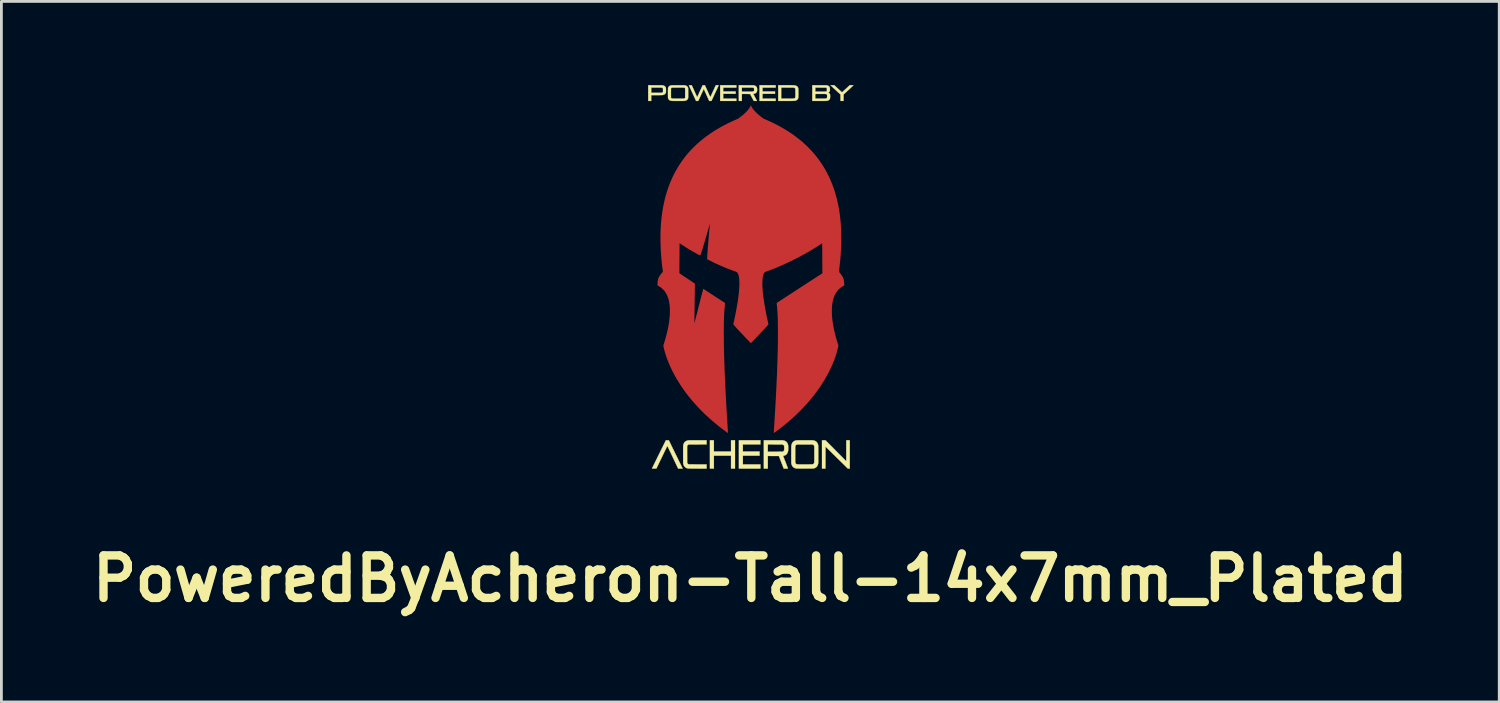
<source format=kicad_pcb>
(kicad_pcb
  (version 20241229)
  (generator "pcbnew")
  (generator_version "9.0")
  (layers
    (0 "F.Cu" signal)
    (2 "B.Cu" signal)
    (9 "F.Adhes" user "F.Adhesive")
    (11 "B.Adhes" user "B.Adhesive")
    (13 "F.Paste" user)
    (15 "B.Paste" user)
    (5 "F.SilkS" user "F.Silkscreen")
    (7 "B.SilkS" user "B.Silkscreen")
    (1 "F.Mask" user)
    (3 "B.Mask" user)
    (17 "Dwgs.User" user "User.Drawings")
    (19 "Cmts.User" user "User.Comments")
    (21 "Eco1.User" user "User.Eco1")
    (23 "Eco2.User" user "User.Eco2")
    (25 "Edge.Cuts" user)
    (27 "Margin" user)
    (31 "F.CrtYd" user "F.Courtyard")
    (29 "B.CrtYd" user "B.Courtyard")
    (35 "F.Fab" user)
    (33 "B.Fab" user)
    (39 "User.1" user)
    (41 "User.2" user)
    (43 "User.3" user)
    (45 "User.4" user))
  (footprint "PoweredByAcheron-Tall-14x7mm_Plated"
    (layer "F.Cu")
    (at 23.867 6.875)
    (property "Reference" "PoweredByAcheron-Tall-14x7mm_Plated" (at -0.02 10.82 0) (layer "F.SilkS") (effects (font (size 1.524 1.524) (thickness 0.3))))
    (attr through_hole)
    (fp_poly (pts (xy -1.326 6.26) (xy -0.711 6.26) (xy -0.711 5.857) (xy -0.569 5.857) (xy -0.569 6.873) (xy -0.711 6.873) (xy -0.711 6.41) (xy -1.326 6.41) (xy -1.326 6.873) (xy -1.468 6.873) (xy -1.468 5.857) (xy -1.326 5.857) (xy -1.326 6.26)) (stroke (width 0.01) (type solid)) (fill yes) (layer "F.SilkS"))
    (fp_poly (pts (xy -0.521 -6.786) (xy -0.993 -6.786) (xy -0.993 -6.647) (xy -0.546 -6.647) (xy -0.546 -6.563) (xy -0.993 -6.563) (xy -0.993 -6.39) (xy -0.521 -6.39) (xy -0.521 -6.306) (xy -1.1 -6.306) (xy -1.1 -6.87) (xy -0.521 -6.87) (xy -0.521 -6.786)) (stroke (width 0.01) (type solid)) (fill yes) (layer "F.SilkS"))
    (fp_poly (pts (xy 0.343 6.006) (xy -0.287 6.006) (xy -0.287 6.26) (xy 0.312 6.26) (xy 0.312 6.41) (xy -0.287 6.41) (xy -0.287 6.723) (xy 0.343 6.723) (xy 0.343 6.873) (xy -0.429 6.873) (xy -0.429 5.857) (xy 0.343 5.857) (xy 0.343 6.006)) (stroke (width 0.01) (type solid)) (fill yes) (layer "F.SilkS"))
    (fp_poly (pts (xy 0.889 -6.786) (xy 0.417 -6.786) (xy 0.417 -6.647) (xy 0.866 -6.647) (xy 0.866 -6.563) (xy 0.417 -6.563) (xy 0.417 -6.39) (xy 0.889 -6.39) (xy 0.889 -6.306) (xy 0.31 -6.306) (xy 0.31 -6.87) (xy 0.889 -6.87) (xy 0.889 -6.786)) (stroke (width 0.01) (type solid)) (fill yes) (layer "F.SilkS"))
    (fp_poly (pts (xy 3.047 6.233) (xy 3.42 6.609) (xy 3.42 6.233) (xy 3.421 5.857) (xy 3.545 5.857) (xy 3.545 6.873) (xy 3.511 6.872) (xy 3.476 6.872) (xy 3.076 6.478) (xy 2.676 6.084) (xy 2.674 6.873) (xy 2.55 6.873) (xy 2.55 5.857) (xy 2.674 5.857) (xy 3.047 6.233)) (stroke (width 0.01) (type solid)) (fill yes) (layer "F.SilkS"))
    (fp_poly (pts (xy 3.679 -6.869) (xy 3.501 -6.702) (xy 3.322 -6.536) (xy 3.322 -6.306) (xy 3.215 -6.306) (xy 3.214 -6.536) (xy 3.037 -6.7) (xy 3.012 -6.723) (xy 2.987 -6.746) (xy 2.964 -6.767) (xy 2.942 -6.787) (xy 2.923 -6.806) (xy 2.905 -6.822) (xy 2.89 -6.836) (xy 2.877 -6.848) (xy 2.867 -6.857) (xy 2.86 -6.863) (xy 2.857 -6.867) (xy 2.857 -6.867) (xy 2.857 -6.868) (xy 2.859 -6.869) (xy 2.864 -6.869) (xy 2.873 -6.87) (xy 2.885 -6.87) (xy 2.901 -6.87) (xy 2.922 -6.87) (xy 2.922 -6.87) (xy 2.991 -6.87) (xy 3.129 -6.742) (xy 3.155 -6.718) (xy 3.177 -6.697) (xy 3.197 -6.679) (xy 3.213 -6.664) (xy 3.227 -6.651) (xy 3.238 -6.641) (xy 3.247 -6.633) (xy 3.254 -6.627) (xy 3.26 -6.623) (xy 3.264 -6.62) (xy 3.267 -6.618) (xy 3.269 -6.617) (xy 3.27 -6.617) (xy 3.271 -6.617) (xy 3.272 -6.618) (xy 3.275 -6.62) (xy 3.281 -6.626) (xy 3.29 -6.634) (xy 3.302 -6.645) (xy 3.317 -6.659) (xy 3.333 -6.674) (xy 3.352 -6.691) (xy 3.372 -6.71) (xy 3.393 -6.73) (xy 3.411 -6.746) (xy 3.545 -6.87) (xy 3.679 -6.869)) (stroke (width 0.01) (type solid)) (fill yes) (layer "F.SilkS"))
    (fp_poly (pts (xy -2.994 5.857) (xy -2.942 5.857) (xy -2.709 6.335) (xy -2.686 6.382) (xy -2.663 6.427) (xy -2.642 6.472) (xy -2.62 6.515) (xy -2.6 6.557) (xy -2.581 6.597) (xy -2.562 6.634) (xy -2.545 6.669) (xy -2.529 6.702) (xy -2.515 6.732) (xy -2.502 6.759) (xy -2.49 6.782) (xy -2.48 6.802) (xy -2.472 6.819) (xy -2.466 6.831) (xy -2.462 6.84) (xy -2.461 6.843) (xy -2.446 6.873) (xy -2.526 6.873) (xy -2.607 6.872) (xy -2.8 6.465) (xy -2.82 6.422) (xy -2.84 6.381) (xy -2.859 6.34) (xy -2.877 6.302) (xy -2.895 6.266) (xy -2.911 6.231) (xy -2.926 6.2) (xy -2.94 6.17) (xy -2.953 6.144) (xy -2.964 6.121) (xy -2.974 6.101) (xy -2.982 6.085) (xy -2.988 6.072) (xy -2.992 6.064) (xy -2.994 6.06) (xy -2.995 6.059) (xy -2.996 6.062) (xy -2.999 6.069) (xy -3.005 6.079) (xy -3.012 6.094) (xy -3.021 6.113) (xy -3.032 6.134) (xy -3.044 6.16) (xy -3.057 6.188) (xy -3.072 6.218) (xy -3.088 6.251) (xy -3.105 6.287) (xy -3.123 6.324) (xy -3.142 6.364) (xy -3.162 6.405) (xy -3.182 6.447) (xy -3.192 6.466) (xy -3.387 6.871) (xy -3.466 6.872) (xy -3.488 6.872) (xy -3.507 6.872) (xy -3.523 6.872) (xy -3.534 6.871) (xy -3.542 6.871) (xy -3.545 6.87) (xy -3.545 6.87) (xy -3.544 6.868) (xy -3.541 6.861) (xy -3.535 6.85) (xy -3.528 6.835) (xy -3.519 6.817) (xy -3.508 6.794) (xy -3.495 6.769) (xy -3.481 6.74) (xy -3.466 6.709) (xy -3.449 6.675) (xy -3.431 6.638) (xy -3.412 6.599) (xy -3.392 6.558) (xy -3.37 6.515) (xy -3.348 6.47) (xy -3.326 6.424) (xy -3.302 6.377) (xy -3.295 6.362) (xy -3.046 5.857) (xy -2.994 5.857)) (stroke (width 0.01) (type solid)) (fill yes) (layer "F.SilkS"))
    (fp_poly (pts (xy -1.688 -6.869) (xy -1.648 -6.869) (xy -1.551 -6.655) (xy -1.537 -6.624) (xy -1.523 -6.594) (xy -1.511 -6.566) (xy -1.499 -6.54) (xy -1.488 -6.517) (xy -1.478 -6.496) (xy -1.47 -6.478) (xy -1.463 -6.463) (xy -1.458 -6.452) (xy -1.454 -6.445) (xy -1.453 -6.443) (xy -1.453 -6.443) (xy -1.451 -6.445) (xy -1.448 -6.452) (xy -1.443 -6.463) (xy -1.436 -6.477) (xy -1.428 -6.495) (xy -1.418 -6.516) (xy -1.408 -6.539) (xy -1.396 -6.565) (xy -1.383 -6.593) (xy -1.37 -6.622) (xy -1.356 -6.653) (xy -1.354 -6.657) (xy -1.256 -6.87) (xy -1.205 -6.87) (xy -1.189 -6.87) (xy -1.175 -6.87) (xy -1.164 -6.869) (xy -1.157 -6.869) (xy -1.154 -6.868) (xy -1.153 -6.868) (xy -1.155 -6.865) (xy -1.158 -6.858) (xy -1.163 -6.847) (xy -1.17 -6.833) (xy -1.178 -6.815) (xy -1.188 -6.793) (xy -1.199 -6.769) (xy -1.211 -6.742) (xy -1.225 -6.713) (xy -1.239 -6.682) (xy -1.255 -6.648) (xy -1.271 -6.614) (xy -1.284 -6.586) (xy -1.413 -6.306) (xy -1.493 -6.306) (xy -1.688 -6.738) (xy -1.692 -6.728) (xy -1.694 -6.725) (xy -1.698 -6.717) (xy -1.703 -6.705) (xy -1.71 -6.689) (xy -1.719 -6.671) (xy -1.729 -6.649) (xy -1.74 -6.625) (xy -1.752 -6.599) (xy -1.765 -6.571) (xy -1.779 -6.541) (xy -1.792 -6.513) (xy -1.886 -6.307) (xy -1.925 -6.307) (xy -1.964 -6.306) (xy -2.092 -6.584) (xy -2.108 -6.619) (xy -2.124 -6.653) (xy -2.139 -6.686) (xy -2.153 -6.717) (xy -2.166 -6.746) (xy -2.179 -6.772) (xy -2.189 -6.796) (xy -2.199 -6.817) (xy -2.207 -6.834) (xy -2.213 -6.848) (xy -2.218 -6.858) (xy -2.221 -6.864) (xy -2.221 -6.866) (xy -2.222 -6.867) (xy -2.221 -6.868) (xy -2.218 -6.869) (xy -2.213 -6.869) (xy -2.205 -6.87) (xy -2.193 -6.87) (xy -2.177 -6.87) (xy -2.172 -6.869) (xy -2.12 -6.869) (xy -2.023 -6.655) (xy -2.009 -6.624) (xy -1.996 -6.594) (xy -1.983 -6.566) (xy -1.971 -6.541) (xy -1.96 -6.517) (xy -1.951 -6.496) (xy -1.942 -6.478) (xy -1.935 -6.463) (xy -1.93 -6.452) (xy -1.927 -6.445) (xy -1.925 -6.442) (xy -1.925 -6.442) (xy -1.924 -6.445) (xy -1.92 -6.451) (xy -1.915 -6.462) (xy -1.909 -6.476) (xy -1.901 -6.494) (xy -1.891 -6.515) (xy -1.88 -6.538) (xy -1.868 -6.564) (xy -1.856 -6.591) (xy -1.842 -6.621) (xy -1.828 -6.652) (xy -1.826 -6.657) (xy -1.728 -6.87) (xy -1.688 -6.869)) (stroke (width 0.01) (type solid)) (fill yes) (layer "F.SilkS"))
    (fp_poly (pts (xy -1.587 6.006) (xy -1.903 6.007) (xy -1.95 6.007) (xy -1.992 6.007) (xy -2.029 6.007) (xy -2.062 6.008) (xy -2.091 6.008) (xy -2.117 6.008) (xy -2.139 6.008) (xy -2.158 6.008) (xy -2.174 6.008) (xy -2.187 6.009) (xy -2.198 6.009) (xy -2.207 6.009) (xy -2.214 6.01) (xy -2.22 6.01) (xy -2.224 6.011) (xy -2.227 6.011) (xy -2.23 6.012) (xy -2.232 6.012) (xy -2.249 6.02) (xy -2.262 6.031) (xy -2.273 6.045) (xy -2.276 6.051) (xy -2.285 6.069) (xy -2.285 6.363) (xy -2.284 6.408) (xy -2.284 6.448) (xy -2.284 6.484) (xy -2.284 6.516) (xy -2.284 6.543) (xy -2.284 6.567) (xy -2.284 6.587) (xy -2.284 6.605) (xy -2.284 6.619) (xy -2.284 6.632) (xy -2.283 6.641) (xy -2.283 6.649) (xy -2.283 6.656) (xy -2.282 6.661) (xy -2.282 6.664) (xy -2.281 6.667) (xy -2.28 6.67) (xy -2.28 6.672) (xy -2.272 6.687) (xy -2.26 6.7) (xy -2.246 6.711) (xy -2.236 6.715) (xy -2.221 6.721) (xy -1.904 6.722) (xy -1.587 6.723) (xy -1.587 6.873) (xy -1.908 6.872) (xy -1.958 6.872) (xy -2.004 6.872) (xy -2.045 6.872) (xy -2.081 6.872) (xy -2.114 6.872) (xy -2.142 6.872) (xy -2.166 6.871) (xy -2.187 6.871) (xy -2.205 6.871) (xy -2.219 6.871) (xy -2.231 6.87) (xy -2.24 6.87) (xy -2.246 6.869) (xy -2.249 6.869) (xy -2.282 6.862) (xy -2.312 6.85) (xy -2.339 6.836) (xy -2.362 6.817) (xy -2.377 6.801) (xy -2.39 6.784) (xy -2.401 6.764) (xy -2.411 6.741) (xy -2.42 6.714) (xy -2.42 6.713) (xy -2.427 6.688) (xy -2.428 6.38) (xy -2.428 6.329) (xy -2.428 6.284) (xy -2.428 6.243) (xy -2.428 6.206) (xy -2.428 6.174) (xy -2.428 6.146) (xy -2.427 6.122) (xy -2.427 6.101) (xy -2.427 6.084) (xy -2.427 6.071) (xy -2.426 6.06) (xy -2.426 6.053) (xy -2.425 6.048) (xy -2.419 6.015) (xy -2.409 5.983) (xy -2.395 5.955) (xy -2.379 5.93) (xy -2.378 5.93) (xy -2.36 5.911) (xy -2.338 5.895) (xy -2.313 5.881) (xy -2.284 5.87) (xy -2.254 5.862) (xy -2.235 5.859) (xy -2.229 5.859) (xy -2.218 5.858) (xy -2.202 5.858) (xy -2.181 5.858) (xy -2.155 5.857) (xy -2.126 5.857) (xy -2.091 5.857) (xy -2.053 5.857) (xy -2.01 5.857) (xy -1.963 5.857) (xy -1.912 5.857) (xy -1.9 5.857) (xy -1.587 5.857) (xy -1.587 6.006)) (stroke (width 0.01) (type solid)) (fill yes) (layer "F.SilkS"))
    (fp_poly (pts (xy -3.424 -6.869) (xy -3.383 -6.869) (xy -3.346 -6.869) (xy -3.313 -6.869) (xy -3.285 -6.869) (xy -3.26 -6.869) (xy -3.239 -6.869) (xy -3.221 -6.868) (xy -3.206 -6.868) (xy -3.194 -6.868) (xy -3.184 -6.868) (xy -3.175 -6.867) (xy -3.169 -6.867) (xy -3.163 -6.866) (xy -3.159 -6.866) (xy -3.155 -6.865) (xy -3.152 -6.864) (xy -3.148 -6.863) (xy -3.147 -6.863) (xy -3.122 -6.855) (xy -3.101 -6.844) (xy -3.083 -6.831) (xy -3.077 -6.826) (xy -3.068 -6.816) (xy -3.061 -6.807) (xy -3.055 -6.798) (xy -3.05 -6.787) (xy -3.047 -6.775) (xy -3.045 -6.76) (xy -3.044 -6.742) (xy -3.043 -6.721) (xy -3.043 -6.695) (xy -3.043 -6.692) (xy -3.043 -6.669) (xy -3.043 -6.65) (xy -3.044 -6.635) (xy -3.045 -6.623) (xy -3.046 -6.612) (xy -3.049 -6.603) (xy -3.052 -6.595) (xy -3.055 -6.586) (xy -3.056 -6.586) (xy -3.065 -6.572) (xy -3.078 -6.558) (xy -3.093 -6.545) (xy -3.111 -6.535) (xy -3.112 -6.535) (xy -3.119 -6.532) (xy -3.125 -6.529) (xy -3.131 -6.526) (xy -3.137 -6.524) (xy -3.143 -6.522) (xy -3.151 -6.521) (xy -3.159 -6.519) (xy -3.169 -6.518) (xy -3.181 -6.518) (xy -3.196 -6.517) (xy -3.213 -6.516) (xy -3.233 -6.516) (xy -3.257 -6.516) (xy -3.284 -6.516) (xy -3.315 -6.515) (xy -3.351 -6.515) (xy -3.372 -6.515) (xy -3.573 -6.514) (xy -3.573 -6.306) (xy -3.68 -6.306) (xy -3.68 -6.786) (xy -3.573 -6.786) (xy -3.573 -6.598) (xy -3.389 -6.598) (xy -3.353 -6.598) (xy -3.321 -6.598) (xy -3.295 -6.598) (xy -3.272 -6.599) (xy -3.253 -6.599) (xy -3.237 -6.599) (xy -3.224 -6.599) (xy -3.213 -6.6) (xy -3.205 -6.6) (xy -3.199 -6.601) (xy -3.194 -6.601) (xy -3.19 -6.602) (xy -3.189 -6.602) (xy -3.173 -6.608) (xy -3.162 -6.616) (xy -3.154 -6.626) (xy -3.153 -6.629) (xy -3.152 -6.634) (xy -3.151 -6.639) (xy -3.15 -6.646) (xy -3.15 -6.655) (xy -3.15 -6.668) (xy -3.15 -6.684) (xy -3.15 -6.698) (xy -3.15 -6.718) (xy -3.151 -6.733) (xy -3.151 -6.745) (xy -3.152 -6.754) (xy -3.154 -6.76) (xy -3.157 -6.765) (xy -3.161 -6.769) (xy -3.166 -6.773) (xy -3.169 -6.775) (xy -3.172 -6.777) (xy -3.176 -6.779) (xy -3.18 -6.78) (xy -3.184 -6.782) (xy -3.191 -6.783) (xy -3.198 -6.784) (xy -3.208 -6.784) (xy -3.22 -6.785) (xy -3.235 -6.785) (xy -3.253 -6.786) (xy -3.274 -6.786) (xy -3.299 -6.786) (xy -3.328 -6.786) (xy -3.362 -6.786) (xy -3.388 -6.786) (xy -3.573 -6.786) (xy -3.68 -6.786) (xy -3.68 -6.87) (xy -3.424 -6.869)) (stroke (width 0.01) (type solid)) (fill yes) (layer "F.SilkS"))
    (fp_poly (pts (xy -0.166 -6.869) (xy 0.1 -6.869) (xy 0.121 -6.863) (xy 0.145 -6.854) (xy 0.165 -6.844) (xy 0.183 -6.832) (xy 0.187 -6.828) (xy 0.199 -6.816) (xy 0.208 -6.804) (xy 0.215 -6.79) (xy 0.22 -6.775) (xy 0.223 -6.756) (xy 0.224 -6.734) (xy 0.225 -6.715) (xy 0.224 -6.695) (xy 0.224 -6.678) (xy 0.222 -6.665) (xy 0.221 -6.659) (xy 0.216 -6.643) (xy 0.208 -6.626) (xy 0.199 -6.611) (xy 0.195 -6.606) (xy 0.181 -6.592) (xy 0.164 -6.581) (xy 0.143 -6.572) (xy 0.119 -6.565) (xy 0.107 -6.562) (xy 0.097 -6.561) (xy 0.091 -6.56) (xy 0.087 -6.559) (xy 0.087 -6.559) (xy 0.088 -6.557) (xy 0.091 -6.55) (xy 0.096 -6.541) (xy 0.103 -6.528) (xy 0.111 -6.513) (xy 0.12 -6.495) (xy 0.129 -6.477) (xy 0.13 -6.475) (xy 0.142 -6.454) (xy 0.153 -6.432) (xy 0.164 -6.41) (xy 0.175 -6.39) (xy 0.184 -6.372) (xy 0.192 -6.357) (xy 0.197 -6.349) (xy 0.219 -6.306) (xy 0.105 -6.306) (xy 0.039 -6.431) (xy -0.027 -6.556) (xy -0.175 -6.557) (xy -0.322 -6.558) (xy -0.324 -6.307) (xy -0.376 -6.307) (xy -0.392 -6.307) (xy -0.406 -6.307) (xy -0.417 -6.307) (xy -0.426 -6.307) (xy -0.43 -6.308) (xy -0.43 -6.308) (xy -0.43 -6.311) (xy -0.43 -6.318) (xy -0.431 -6.33) (xy -0.431 -6.346) (xy -0.431 -6.366) (xy -0.431 -6.389) (xy -0.431 -6.415) (xy -0.432 -6.444) (xy -0.432 -6.476) (xy -0.432 -6.51) (xy -0.432 -6.545) (xy -0.432 -6.582) (xy -0.432 -6.786) (xy -0.323 -6.786) (xy -0.323 -6.641) (xy -0.13 -6.641) (xy -0.093 -6.641) (xy -0.061 -6.641) (xy -0.034 -6.642) (xy -0.01 -6.642) (xy 0.01 -6.642) (xy 0.026 -6.642) (xy 0.04 -6.642) (xy 0.051 -6.643) (xy 0.06 -6.643) (xy 0.066 -6.644) (xy 0.072 -6.644) (xy 0.076 -6.645) (xy 0.078 -6.645) (xy 0.091 -6.65) (xy 0.101 -6.656) (xy 0.109 -6.664) (xy 0.11 -6.665) (xy 0.112 -6.668) (xy 0.114 -6.672) (xy 0.115 -6.677) (xy 0.115 -6.684) (xy 0.115 -6.694) (xy 0.116 -6.708) (xy 0.116 -6.714) (xy 0.116 -6.729) (xy 0.115 -6.741) (xy 0.115 -6.749) (xy 0.114 -6.754) (xy 0.113 -6.758) (xy 0.111 -6.761) (xy 0.11 -6.763) (xy 0.099 -6.774) (xy 0.084 -6.781) (xy 0.076 -6.783) (xy 0.07 -6.784) (xy 0.06 -6.785) (xy 0.044 -6.785) (xy 0.024 -6.785) (xy -0.002 -6.786) (xy -0.033 -6.786) (xy -0.068 -6.786) (xy -0.109 -6.786) (xy -0.13 -6.786) (xy -0.323 -6.786) (xy -0.432 -6.786) (xy -0.432 -6.87) (xy -0.166 -6.869)) (stroke (width 0.01) (type solid)) (fill yes) (layer "F.SilkS"))
    (fp_poly (pts (xy 1.305 -6.87) (xy 1.35 -6.87) (xy 1.392 -6.87) (xy 1.428 -6.87) (xy 1.461 -6.869) (xy 1.489 -6.869) (xy 1.512 -6.869) (xy 1.53 -6.868) (xy 1.544 -6.868) (xy 1.552 -6.867) (xy 1.553 -6.867) (xy 1.585 -6.862) (xy 1.613 -6.854) (xy 1.637 -6.843) (xy 1.657 -6.83) (xy 1.674 -6.813) (xy 1.686 -6.795) (xy 1.686 -6.793) (xy 1.69 -6.786) (xy 1.692 -6.78) (xy 1.695 -6.774) (xy 1.697 -6.767) (xy 1.698 -6.759) (xy 1.7 -6.751) (xy 1.701 -6.74) (xy 1.702 -6.728) (xy 1.702 -6.713) (xy 1.702 -6.695) (xy 1.703 -6.674) (xy 1.703 -6.649) (xy 1.703 -6.619) (xy 1.703 -6.586) (xy 1.703 -6.553) (xy 1.703 -6.526) (xy 1.703 -6.502) (xy 1.703 -6.483) (xy 1.702 -6.467) (xy 1.702 -6.454) (xy 1.702 -6.443) (xy 1.701 -6.435) (xy 1.701 -6.428) (xy 1.7 -6.423) (xy 1.699 -6.418) (xy 1.698 -6.415) (xy 1.69 -6.39) (xy 1.68 -6.37) (xy 1.666 -6.353) (xy 1.648 -6.34) (xy 1.626 -6.328) (xy 1.615 -6.324) (xy 1.609 -6.321) (xy 1.603 -6.319) (xy 1.597 -6.317) (xy 1.591 -6.316) (xy 1.585 -6.314) (xy 1.579 -6.313) (xy 1.571 -6.312) (xy 1.562 -6.311) (xy 1.552 -6.31) (xy 1.54 -6.309) (xy 1.525 -6.309) (xy 1.508 -6.309) (xy 1.489 -6.308) (xy 1.466 -6.308) (xy 1.44 -6.308) (xy 1.41 -6.307) (xy 1.376 -6.307) (xy 1.338 -6.307) (xy 1.295 -6.307) (xy 1.267 -6.307) (xy 0.98 -6.306) (xy 0.98 -6.39) (xy 1.087 -6.39) (xy 1.297 -6.39) (xy 1.339 -6.39) (xy 1.376 -6.39) (xy 1.41 -6.39) (xy 1.441 -6.391) (xy 1.467 -6.391) (xy 1.489 -6.391) (xy 1.507 -6.392) (xy 1.52 -6.392) (xy 1.528 -6.393) (xy 1.529 -6.393) (xy 1.55 -6.397) (xy 1.567 -6.403) (xy 1.58 -6.412) (xy 1.589 -6.423) (xy 1.593 -6.434) (xy 1.594 -6.439) (xy 1.594 -6.449) (xy 1.595 -6.462) (xy 1.596 -6.479) (xy 1.596 -6.499) (xy 1.596 -6.521) (xy 1.596 -6.545) (xy 1.597 -6.569) (xy 1.597 -6.594) (xy 1.596 -6.619) (xy 1.596 -6.643) (xy 1.596 -6.665) (xy 1.596 -6.686) (xy 1.595 -6.705) (xy 1.594 -6.72) (xy 1.594 -6.731) (xy 1.593 -6.739) (xy 1.593 -6.74) (xy 1.586 -6.755) (xy 1.576 -6.767) (xy 1.562 -6.777) (xy 1.554 -6.78) (xy 1.552 -6.781) (xy 1.549 -6.782) (xy 1.545 -6.782) (xy 1.54 -6.783) (xy 1.534 -6.783) (xy 1.526 -6.784) (xy 1.516 -6.784) (xy 1.503 -6.784) (xy 1.488 -6.785) (xy 1.47 -6.785) (xy 1.449 -6.785) (xy 1.424 -6.785) (xy 1.395 -6.785) (xy 1.361 -6.785) (xy 1.323 -6.786) (xy 1.314 -6.786) (xy 1.087 -6.786) (xy 1.087 -6.39) (xy 0.98 -6.39) (xy 0.98 -6.87) (xy 1.255 -6.87) (xy 1.305 -6.87)) (stroke (width 0.01) (type solid)) (fill yes) (layer "F.SilkS"))
    (fp_poly (pts (xy 0.794 5.857) (xy 0.844 5.857) (xy 0.889 5.857) (xy 0.929 5.857) (xy 0.965 5.857) (xy 0.997 5.857) (xy 1.026 5.857) (xy 1.051 5.857) (xy 1.073 5.858) (xy 1.092 5.858) (xy 1.108 5.858) (xy 1.122 5.859) (xy 1.134 5.859) (xy 1.145 5.86) (xy 1.153 5.861) (xy 1.161 5.862) (xy 1.168 5.863) (xy 1.174 5.864) (xy 1.18 5.865) (xy 1.185 5.867) (xy 1.191 5.868) (xy 1.221 5.88) (xy 1.249 5.894) (xy 1.272 5.913) (xy 1.293 5.935) (xy 1.309 5.961) (xy 1.322 5.99) (xy 1.332 6.023) (xy 1.335 6.037) (xy 1.337 6.049) (xy 1.338 6.066) (xy 1.339 6.085) (xy 1.34 6.107) (xy 1.34 6.13) (xy 1.34 6.153) (xy 1.339 6.176) (xy 1.339 6.197) (xy 1.338 6.215) (xy 1.336 6.23) (xy 1.335 6.238) (xy 1.327 6.273) (xy 1.316 6.304) (xy 1.301 6.332) (xy 1.284 6.355) (xy 1.264 6.375) (xy 1.24 6.39) (xy 1.213 6.403) (xy 1.193 6.409) (xy 1.182 6.412) (xy 1.173 6.414) (xy 1.166 6.415) (xy 1.164 6.415) (xy 1.159 6.416) (xy 1.157 6.418) (xy 1.158 6.42) (xy 1.16 6.427) (xy 1.164 6.439) (xy 1.17 6.453) (xy 1.176 6.472) (xy 1.185 6.493) (xy 1.194 6.517) (xy 1.204 6.544) (xy 1.215 6.572) (xy 1.227 6.603) (xy 1.239 6.635) (xy 1.243 6.645) (xy 1.256 6.678) (xy 1.268 6.708) (xy 1.279 6.738) (xy 1.29 6.765) (xy 1.299 6.79) (xy 1.308 6.812) (xy 1.315 6.831) (xy 1.321 6.847) (xy 1.326 6.859) (xy 1.329 6.867) (xy 1.331 6.871) (xy 1.331 6.872) (xy 1.328 6.872) (xy 1.321 6.872) (xy 1.311 6.872) (xy 1.297 6.872) (xy 1.28 6.872) (xy 1.262 6.873) (xy 1.255 6.873) (xy 1.179 6.873) (xy 1.091 6.647) (xy 1.004 6.422) (xy 0.805 6.421) (xy 0.607 6.42) (xy 0.607 6.873) (xy 0.465 6.873) (xy 0.465 6.268) (xy 0.607 6.268) (xy 0.873 6.268) (xy 1.139 6.267) (xy 1.154 6.26) (xy 1.169 6.249) (xy 1.181 6.236) (xy 1.19 6.219) (xy 1.191 6.214) (xy 1.193 6.209) (xy 1.194 6.203) (xy 1.195 6.197) (xy 1.196 6.189) (xy 1.196 6.18) (xy 1.196 6.167) (xy 1.196 6.151) (xy 1.196 6.132) (xy 1.195 6.112) (xy 1.195 6.096) (xy 1.195 6.084) (xy 1.194 6.075) (xy 1.194 6.068) (xy 1.193 6.063) (xy 1.191 6.059) (xy 1.19 6.055) (xy 1.179 6.038) (xy 1.166 6.025) (xy 1.149 6.016) (xy 1.129 6.01) (xy 1.123 6.009) (xy 1.117 6.009) (xy 1.107 6.008) (xy 1.092 6.008) (xy 1.073 6.008) (xy 1.05 6.007) (xy 1.023 6.007) (xy 0.994 6.007) (xy 0.961 6.007) (xy 0.926 6.007) (xy 0.888 6.007) (xy 0.855 6.007) (xy 0.607 6.006) (xy 0.607 6.268) (xy 0.465 6.268) (xy 0.465 5.857) (xy 0.794 5.857)) (stroke (width 0.01) (type solid)) (fill yes) (layer "F.SilkS"))
    (fp_poly (pts (xy 2.458 -6.869) (xy 2.714 -6.869) (xy 2.738 -6.862) (xy 2.759 -6.855) (xy 2.776 -6.848) (xy 2.79 -6.839) (xy 2.801 -6.83) (xy 2.815 -6.814) (xy 2.825 -6.794) (xy 2.831 -6.777) (xy 2.832 -6.766) (xy 2.833 -6.751) (xy 2.834 -6.735) (xy 2.834 -6.717) (xy 2.834 -6.7) (xy 2.833 -6.686) (xy 2.832 -6.675) (xy 2.832 -6.674) (xy 2.826 -6.654) (xy 2.816 -6.636) (xy 2.803 -6.622) (xy 2.788 -6.611) (xy 2.783 -6.608) (xy 2.771 -6.602) (xy 2.783 -6.598) (xy 2.796 -6.591) (xy 2.81 -6.581) (xy 2.822 -6.57) (xy 2.83 -6.559) (xy 2.834 -6.549) (xy 2.837 -6.539) (xy 2.84 -6.526) (xy 2.841 -6.511) (xy 2.842 -6.492) (xy 2.842 -6.469) (xy 2.841 -6.457) (xy 2.841 -6.435) (xy 2.839 -6.418) (xy 2.838 -6.403) (xy 2.835 -6.392) (xy 2.832 -6.382) (xy 2.828 -6.373) (xy 2.822 -6.364) (xy 2.822 -6.364) (xy 2.809 -6.349) (xy 2.793 -6.336) (xy 2.772 -6.325) (xy 2.75 -6.317) (xy 2.744 -6.315) (xy 2.738 -6.314) (xy 2.731 -6.313) (xy 2.724 -6.311) (xy 2.716 -6.31) (xy 2.706 -6.31) (xy 2.695 -6.309) (xy 2.682 -6.308) (xy 2.667 -6.308) (xy 2.649 -6.307) (xy 2.628 -6.307) (xy 2.604 -6.307) (xy 2.577 -6.306) (xy 2.545 -6.306) (xy 2.51 -6.306) (xy 2.469 -6.306) (xy 2.441 -6.306) (xy 2.202 -6.306) (xy 2.202 -6.558) (xy 2.309 -6.558) (xy 2.309 -6.39) (xy 2.49 -6.39) (xy 2.526 -6.39) (xy 2.559 -6.39) (xy 2.589 -6.39) (xy 2.615 -6.391) (xy 2.638 -6.391) (xy 2.656 -6.391) (xy 2.671 -6.392) (xy 2.68 -6.392) (xy 2.685 -6.393) (xy 2.703 -6.397) (xy 2.716 -6.405) (xy 2.725 -6.414) (xy 2.727 -6.418) (xy 2.729 -6.422) (xy 2.731 -6.427) (xy 2.732 -6.432) (xy 2.732 -6.439) (xy 2.733 -6.449) (xy 2.733 -6.462) (xy 2.733 -6.476) (xy 2.733 -6.494) (xy 2.732 -6.507) (xy 2.732 -6.517) (xy 2.731 -6.524) (xy 2.73 -6.529) (xy 2.729 -6.531) (xy 2.723 -6.539) (xy 2.712 -6.546) (xy 2.699 -6.552) (xy 2.686 -6.555) (xy 2.68 -6.555) (xy 2.669 -6.556) (xy 2.652 -6.557) (xy 2.631 -6.557) (xy 2.605 -6.557) (xy 2.574 -6.557) (xy 2.539 -6.558) (xy 2.498 -6.558) (xy 2.49 -6.558) (xy 2.309 -6.558) (xy 2.202 -6.558) (xy 2.202 -6.641) (xy 2.309 -6.641) (xy 2.502 -6.642) (xy 2.538 -6.642) (xy 2.569 -6.642) (xy 2.596 -6.642) (xy 2.619 -6.643) (xy 2.638 -6.643) (xy 2.654 -6.643) (xy 2.667 -6.643) (xy 2.677 -6.643) (xy 2.685 -6.644) (xy 2.692 -6.644) (xy 2.696 -6.645) (xy 2.7 -6.646) (xy 2.702 -6.646) (xy 2.704 -6.647) (xy 2.706 -6.648) (xy 2.713 -6.652) (xy 2.718 -6.656) (xy 2.722 -6.662) (xy 2.724 -6.67) (xy 2.725 -6.68) (xy 2.726 -6.694) (xy 2.726 -6.712) (xy 2.726 -6.714) (xy 2.726 -6.732) (xy 2.726 -6.746) (xy 2.724 -6.757) (xy 2.722 -6.764) (xy 2.719 -6.77) (xy 2.714 -6.774) (xy 2.708 -6.778) (xy 2.707 -6.779) (xy 2.696 -6.785) (xy 2.502 -6.786) (xy 2.309 -6.786) (xy 2.309 -6.641) (xy 2.202 -6.641) (xy 2.202 -6.87) (xy 2.458 -6.869)) (stroke (width 0.01) (type solid)) (fill yes) (layer "F.SilkS"))
    (fp_poly (pts (xy -2.353 -6.863) (xy -2.328 -6.855) (xy -2.307 -6.845) (xy -2.29 -6.833) (xy -2.284 -6.828) (xy -2.269 -6.813) (xy -2.259 -6.795) (xy -2.251 -6.775) (xy -2.251 -6.773) (xy -2.25 -6.77) (xy -2.249 -6.766) (xy -2.249 -6.761) (xy -2.248 -6.755) (xy -2.248 -6.747) (xy -2.247 -6.737) (xy -2.247 -6.725) (xy -2.247 -6.709) (xy -2.247 -6.691) (xy -2.246 -6.669) (xy -2.246 -6.643) (xy -2.246 -6.613) (xy -2.246 -6.588) (xy -2.246 -6.419) (xy -2.252 -6.4) (xy -2.256 -6.389) (xy -2.261 -6.378) (xy -2.266 -6.369) (xy -2.28 -6.352) (xy -2.298 -6.337) (xy -2.32 -6.325) (xy -2.346 -6.316) (xy -2.374 -6.31) (xy -2.384 -6.309) (xy -2.391 -6.308) (xy -2.403 -6.308) (xy -2.419 -6.307) (xy -2.438 -6.307) (xy -2.461 -6.307) (xy -2.486 -6.307) (xy -2.513 -6.306) (xy -2.542 -6.306) (xy -2.572 -6.306) (xy -2.603 -6.306) (xy -2.633 -6.306) (xy -2.664 -6.307) (xy -2.694 -6.307) (xy -2.722 -6.307) (xy -2.749 -6.307) (xy -2.773 -6.308) (xy -2.795 -6.308) (xy -2.813 -6.308) (xy -2.828 -6.309) (xy -2.838 -6.309) (xy -2.843 -6.31) (xy -2.873 -6.316) (xy -2.899 -6.325) (xy -2.922 -6.337) (xy -2.94 -6.353) (xy -2.954 -6.371) (xy -2.964 -6.393) (xy -2.968 -6.404) (xy -2.968 -6.41) (xy -2.969 -6.421) (xy -2.97 -6.429) (xy -2.865 -6.429) (xy -2.859 -6.418) (xy -2.851 -6.407) (xy -2.838 -6.398) (xy -2.822 -6.393) (xy -2.82 -6.393) (xy -2.815 -6.392) (xy -2.806 -6.392) (xy -2.793 -6.392) (xy -2.776 -6.391) (xy -2.755 -6.391) (xy -2.732 -6.391) (xy -2.705 -6.391) (xy -2.677 -6.391) (xy -2.646 -6.391) (xy -2.615 -6.391) (xy -2.602 -6.391) (xy -2.396 -6.391) (xy -2.382 -6.398) (xy -2.372 -6.404) (xy -2.364 -6.411) (xy -2.362 -6.413) (xy -2.356 -6.422) (xy -2.356 -6.589) (xy -2.356 -6.622) (xy -2.356 -6.65) (xy -2.356 -6.674) (xy -2.356 -6.695) (xy -2.356 -6.711) (xy -2.356 -6.725) (xy -2.356 -6.735) (xy -2.357 -6.743) (xy -2.357 -6.75) (xy -2.358 -6.754) (xy -2.358 -6.757) (xy -2.359 -6.759) (xy -2.36 -6.761) (xy -2.361 -6.763) (xy -2.372 -6.774) (xy -2.387 -6.781) (xy -2.396 -6.784) (xy -2.401 -6.784) (xy -2.41 -6.785) (xy -2.424 -6.785) (xy -2.442 -6.785) (xy -2.465 -6.786) (xy -2.493 -6.786) (xy -2.525 -6.786) (xy -2.563 -6.786) (xy -2.605 -6.786) (xy -2.617 -6.786) (xy -2.655 -6.786) (xy -2.687 -6.785) (xy -2.716 -6.785) (xy -2.74 -6.785) (xy -2.76 -6.785) (xy -2.777 -6.785) (xy -2.791 -6.785) (xy -2.803 -6.784) (xy -2.812 -6.784) (xy -2.819 -6.784) (xy -2.824 -6.783) (xy -2.828 -6.782) (xy -2.831 -6.782) (xy -2.834 -6.781) (xy -2.836 -6.78) (xy -2.837 -6.78) (xy -2.846 -6.774) (xy -2.854 -6.767) (xy -2.856 -6.764) (xy -2.864 -6.755) (xy -2.864 -6.592) (xy -2.865 -6.429) (xy -2.97 -6.429) (xy -2.97 -6.435) (xy -2.971 -6.453) (xy -2.971 -6.474) (xy -2.971 -6.497) (xy -2.972 -6.523) (xy -2.972 -6.549) (xy -2.972 -6.576) (xy -2.972 -6.604) (xy -2.972 -6.631) (xy -2.972 -6.657) (xy -2.971 -6.682) (xy -2.971 -6.705) (xy -2.97 -6.726) (xy -2.97 -6.743) (xy -2.969 -6.758) (xy -2.968 -6.767) (xy -2.968 -6.772) (xy -2.962 -6.79) (xy -2.954 -6.805) (xy -2.944 -6.818) (xy -2.937 -6.826) (xy -2.921 -6.839) (xy -2.902 -6.85) (xy -2.88 -6.859) (xy -2.865 -6.863) (xy -2.862 -6.864) (xy -2.858 -6.865) (xy -2.854 -6.866) (xy -2.85 -6.866) (xy -2.844 -6.867) (xy -2.838 -6.867) (xy -2.83 -6.868) (xy -2.82 -6.868) (xy -2.808 -6.868) (xy -2.793 -6.868) (xy -2.776 -6.869) (xy -2.755 -6.869) (xy -2.731 -6.869) (xy -2.702 -6.869) (xy -2.67 -6.869) (xy -2.633 -6.869) (xy -2.61 -6.869) (xy -2.376 -6.869) (xy -2.353 -6.863)) (stroke (width 0.01) (type solid)) (fill yes) (layer "F.SilkS"))
    (fp_poly (pts (xy 2.103 5.857) (xy 2.128 5.857) (xy 2.15 5.857) (xy 2.169 5.858) (xy 2.186 5.858) (xy 2.2 5.859) (xy 2.212 5.859) (xy 2.223 5.86) (xy 2.232 5.861) (xy 2.239 5.862) (xy 2.246 5.863) (xy 2.253 5.864) (xy 2.259 5.866) (xy 2.265 5.868) (xy 2.268 5.868) (xy 2.297 5.879) (xy 2.322 5.892) (xy 2.345 5.909) (xy 2.364 5.929) (xy 2.367 5.932) (xy 2.379 5.949) (xy 2.389 5.965) (xy 2.397 5.982) (xy 2.404 6.002) (xy 2.41 6.025) (xy 2.411 6.029) (xy 2.412 6.033) (xy 2.412 6.037) (xy 2.413 6.041) (xy 2.414 6.046) (xy 2.414 6.051) (xy 2.415 6.058) (xy 2.415 6.066) (xy 2.415 6.076) (xy 2.416 6.088) (xy 2.416 6.102) (xy 2.416 6.119) (xy 2.416 6.139) (xy 2.416 6.163) (xy 2.417 6.19) (xy 2.417 6.22) (xy 2.417 6.255) (xy 2.417 6.294) (xy 2.417 6.338) (xy 2.417 6.344) (xy 2.417 6.398) (xy 2.417 6.447) (xy 2.417 6.491) (xy 2.417 6.53) (xy 2.417 6.564) (xy 2.417 6.593) (xy 2.417 6.617) (xy 2.416 6.636) (xy 2.416 6.651) (xy 2.416 6.661) (xy 2.415 6.664) (xy 2.412 6.693) (xy 2.406 6.718) (xy 2.399 6.741) (xy 2.39 6.762) (xy 2.375 6.789) (xy 2.356 6.812) (xy 2.333 6.831) (xy 2.307 6.847) (xy 2.277 6.86) (xy 2.253 6.867) (xy 2.25 6.867) (xy 2.246 6.868) (xy 2.242 6.869) (xy 2.236 6.869) (xy 2.228 6.869) (xy 2.219 6.87) (xy 2.207 6.87) (xy 2.193 6.87) (xy 2.177 6.871) (xy 2.157 6.871) (xy 2.134 6.871) (xy 2.108 6.871) (xy 2.077 6.871) (xy 2.043 6.871) (xy 2.004 6.871) (xy 1.961 6.871) (xy 1.943 6.871) (xy 1.905 6.872) (xy 1.868 6.872) (xy 1.832 6.872) (xy 1.799 6.872) (xy 1.768 6.872) (xy 1.74 6.872) (xy 1.715 6.871) (xy 1.693 6.871) (xy 1.674 6.871) (xy 1.66 6.871) (xy 1.65 6.871) (xy 1.644 6.871) (xy 1.643 6.871) (xy 1.619 6.867) (xy 1.598 6.862) (xy 1.58 6.857) (xy 1.564 6.85) (xy 1.549 6.842) (xy 1.542 6.838) (xy 1.519 6.821) (xy 1.5 6.802) (xy 1.484 6.78) (xy 1.471 6.754) (xy 1.46 6.724) (xy 1.455 6.704) (xy 1.449 6.678) (xy 1.448 6.385) (xy 1.448 6.358) (xy 1.59 6.358) (xy 1.59 6.392) (xy 1.59 6.425) (xy 1.59 6.458) (xy 1.59 6.489) (xy 1.59 6.519) (xy 1.59 6.547) (xy 1.591 6.572) (xy 1.591 6.595) (xy 1.591 6.614) (xy 1.592 6.63) (xy 1.592 6.641) (xy 1.592 6.648) (xy 1.592 6.65) (xy 1.597 6.67) (xy 1.606 6.687) (xy 1.617 6.701) (xy 1.632 6.711) (xy 1.633 6.712) (xy 1.636 6.713) (xy 1.64 6.715) (xy 1.644 6.716) (xy 1.648 6.717) (xy 1.653 6.718) (xy 1.659 6.719) (xy 1.667 6.72) (xy 1.677 6.72) (xy 1.688 6.721) (xy 1.702 6.721) (xy 1.719 6.722) (xy 1.739 6.722) (xy 1.762 6.722) (xy 1.788 6.722) (xy 1.818 6.722) (xy 1.853 6.722) (xy 1.892 6.722) (xy 1.936 6.722) (xy 1.939 6.722) (xy 1.982 6.722) (xy 2.02 6.722) (xy 2.054 6.722) (xy 2.083 6.722) (xy 2.109 6.721) (xy 2.131 6.721) (xy 2.149 6.721) (xy 2.165 6.721) (xy 2.178 6.721) (xy 2.189 6.72) (xy 2.197 6.72) (xy 2.204 6.72) (xy 2.209 6.719) (xy 2.213 6.719) (xy 2.217 6.718) (xy 2.219 6.717) (xy 2.222 6.717) (xy 2.222 6.717) (xy 2.236 6.709) (xy 2.25 6.699) (xy 2.26 6.686) (xy 2.265 6.677) (xy 2.268 6.668) (xy 2.271 6.656) (xy 2.273 6.646) (xy 2.273 6.641) (xy 2.274 6.631) (xy 2.274 6.616) (xy 2.274 6.598) (xy 2.275 6.575) (xy 2.275 6.55) (xy 2.275 6.521) (xy 2.275 6.489) (xy 2.275 6.455) (xy 2.275 6.419) (xy 2.275 6.381) (xy 2.275 6.365) (xy 2.275 6.326) (xy 2.275 6.289) (xy 2.275 6.254) (xy 2.275 6.221) (xy 2.275 6.191) (xy 2.275 6.164) (xy 2.274 6.141) (xy 2.274 6.12) (xy 2.274 6.104) (xy 2.274 6.092) (xy 2.273 6.085) (xy 2.273 6.083) (xy 2.268 6.062) (xy 2.261 6.044) (xy 2.25 6.03) (xy 2.235 6.02) (xy 2.216 6.012) (xy 2.199 6.009) (xy 2.194 6.009) (xy 2.183 6.008) (xy 2.169 6.008) (xy 2.15 6.008) (xy 2.128 6.007) (xy 2.102 6.007) (xy 2.074 6.007) (xy 2.042 6.007) (xy 2.008 6.007) (xy 1.972 6.007) (xy 1.935 6.007) (xy 1.933 6.007) (xy 1.895 6.007) (xy 1.859 6.007) (xy 1.825 6.007) (xy 1.793 6.007) (xy 1.765 6.007) (xy 1.739 6.007) (xy 1.716 6.008) (xy 1.697 6.008) (xy 1.683 6.008) (xy 1.672 6.009) (xy 1.667 6.009) (xy 1.667 6.009) (xy 1.645 6.014) (xy 1.627 6.021) (xy 1.613 6.033) (xy 1.603 6.047) (xy 1.596 6.066) (xy 1.593 6.08) (xy 1.592 6.085) (xy 1.592 6.095) (xy 1.591 6.109) (xy 1.591 6.127) (xy 1.591 6.148) (xy 1.591 6.173) (xy 1.59 6.2) (xy 1.59 6.229) (xy 1.59 6.259) (xy 1.59 6.291) (xy 1.59 6.325) (xy 1.59 6.358) (xy 1.448 6.358) (xy 1.448 6.332) (xy 1.448 6.284) (xy 1.448 6.24) (xy 1.448 6.202) (xy 1.448 6.168) (xy 1.448 6.14) (xy 1.449 6.115) (xy 1.449 6.096) (xy 1.449 6.08) (xy 1.45 6.069) (xy 1.45 6.064) (xy 1.454 6.035) (xy 1.46 6.009) (xy 1.468 5.986) (xy 1.476 5.967) (xy 1.491 5.941) (xy 1.51 5.918) (xy 1.533 5.899) (xy 1.559 5.883) (xy 1.579 5.874) (xy 1.586 5.872) (xy 1.592 5.87) (xy 1.598 5.868) (xy 1.603 5.866) (xy 1.609 5.865) (xy 1.615 5.863) (xy 1.623 5.862) (xy 1.631 5.861) (xy 1.641 5.86) (xy 1.653 5.86) (xy 1.667 5.859) (xy 1.683 5.859) (xy 1.702 5.858) (xy 1.724 5.858) (xy 1.749 5.858) (xy 1.778 5.858) (xy 1.811 5.858) (xy 1.849 5.858) (xy 1.891 5.857) (xy 1.916 5.857) (xy 1.962 5.857) (xy 2.004 5.857) (xy 2.041 5.857) (xy 2.074 5.857) (xy 2.103 5.857)) (stroke (width 0.01) (type solid)) (fill yes) (layer "F.SilkS"))
    (pad "1" smd custom (at 0 0) (size 0.5 0.5) (layers "F.Cu" "F.Mask") (options (anchor circle)) (primitives (gr_poly (pts (xy 0.002 -6.137) (xy 0.003 -6.135) (xy 0.004 -6.132) (xy 0.007 -6.125) (xy 0.011 -6.115) (xy 0.015 -6.107) (xy 0.037 -6.069) (xy 0.062 -6.031) (xy 0.093 -5.991) (xy 0.127 -5.95) (xy 0.165 -5.909) (xy 0.207 -5.867) (xy 0.253 -5.825) (xy 0.302 -5.784) (xy 0.354 -5.742) (xy 0.38 -5.722) (xy 0.401 -5.707) (xy 0.418 -5.694) (xy 0.433 -5.683) (xy 0.445 -5.675) (xy 0.456 -5.668) (xy 0.465 -5.663) (xy 0.475 -5.658) (xy 0.484 -5.654) (xy 0.49 -5.651) (xy 0.5 -5.647) (xy 0.514 -5.641) (xy 0.53 -5.634) (xy 0.547 -5.627) (xy 0.566 -5.619) (xy 0.579 -5.613) (xy 0.725 -5.547) (xy 0.866 -5.478) (xy 1.003 -5.407) (xy 1.135 -5.333) (xy 1.264 -5.257) (xy 1.388 -5.178) (xy 1.508 -5.096) (xy 1.623 -5.011) (xy 1.735 -4.924) (xy 1.843 -4.835) (xy 1.946 -4.742) (xy 2.046 -4.646) (xy 2.141 -4.548) (xy 2.188 -4.498) (xy 2.278 -4.394) (xy 2.365 -4.287) (xy 2.447 -4.178) (xy 2.525 -4.065) (xy 2.599 -3.949) (xy 2.67 -3.83) (xy 2.736 -3.709) (xy 2.797 -3.584) (xy 2.855 -3.456) (xy 2.909 -3.326) (xy 2.958 -3.192) (xy 3.004 -3.056) (xy 3.045 -2.916) (xy 3.072 -2.815) (xy 3.101 -2.693) (xy 3.127 -2.57) (xy 3.151 -2.446) (xy 3.171 -2.32) (xy 3.189 -2.191) (xy 3.204 -2.06) (xy 3.216 -1.925) (xy 3.225 -1.787) (xy 3.232 -1.645) (xy 3.233 -1.606) (xy 3.234 -1.586) (xy 3.234 -1.562) (xy 3.235 -1.534) (xy 3.235 -1.503) (xy 3.235 -1.469) (xy 3.235 -1.433) (xy 3.235 -1.396) (xy 3.235 -1.359) (xy 3.235 -1.321) (xy 3.235 -1.283) (xy 3.234 -1.247) (xy 3.234 -1.212) (xy 3.233 -1.179) (xy 3.233 -1.149) (xy 3.232 -1.123) (xy 3.232 -1.1) (xy 3.231 -1.081) (xy 3.231 -1.081) (xy 3.225 -0.967) (xy 3.218 -0.857) (xy 3.211 -0.751) (xy 3.202 -0.648) (xy 3.193 -0.546) (xy 3.182 -0.445) (xy 3.17 -0.344) (xy 3.157 -0.243) (xy 3.157 -0.238) (xy 3.15 -0.183) (xy 3.184 -0.141) (xy 3.21 -0.108) (xy 3.233 -0.078) (xy 3.253 -0.05) (xy 3.27 -0.024) (xy 3.285 0.000109) (xy 3.297 0.023) (xy 3.307 0.046) (xy 3.316 0.069) (xy 3.323 0.093) (xy 3.328 0.118) (xy 3.333 0.144) (xy 3.333 0.147) (xy 3.334 0.157) (xy 3.336 0.169) (xy 3.337 0.185) (xy 3.338 0.202) (xy 3.339 0.219) (xy 3.34 0.237) (xy 3.341 0.254) (xy 3.342 0.27) (xy 3.342 0.284) (xy 3.342 0.294) (xy 3.342 0.301) (xy 3.342 0.303) (xy 3.339 0.306) (xy 3.332 0.31) (xy 3.323 0.315) (xy 3.313 0.321) (xy 3.313 0.321) (xy 3.264 0.349) (xy 3.218 0.381) (xy 3.174 0.417) (xy 3.134 0.457) (xy 3.096 0.501) (xy 3.061 0.548) (xy 3.03 0.599) (xy 3.003 0.652) (xy 2.992 0.676) (xy 2.973 0.724) (xy 2.956 0.774) (xy 2.942 0.826) (xy 2.929 0.881) (xy 2.918 0.94) (xy 2.909 1.002) (xy 2.904 1.051) (xy 2.902 1.068) (xy 2.901 1.089) (xy 2.9 1.114) (xy 2.9 1.142) (xy 2.899 1.172) (xy 2.899 1.203) (xy 2.899 1.235) (xy 2.899 1.268) (xy 2.899 1.299) (xy 2.9 1.329) (xy 2.901 1.357) (xy 2.902 1.382) (xy 2.903 1.403) (xy 2.904 1.41) (xy 2.911 1.491) (xy 2.921 1.572) (xy 2.932 1.653) (xy 2.946 1.735) (xy 2.961 1.818) (xy 2.979 1.904) (xy 2.999 1.993) (xy 3.011 2.039) (xy 3.024 2.091) (xy 3.038 2.146) (xy 3.054 2.202) (xy 3.07 2.259) (xy 3.087 2.316) (xy 3.104 2.369) (xy 3.116 2.408) (xy 3.121 2.423) (xy 3.125 2.437) (xy 3.128 2.449) (xy 3.131 2.458) (xy 3.131 2.462) (xy 3.131 2.463) (xy 3.131 2.471) (xy 3.129 2.483) (xy 3.126 2.499) (xy 3.122 2.518) (xy 3.117 2.54) (xy 3.112 2.564) (xy 3.106 2.589) (xy 3.099 2.615) (xy 3.092 2.642) (xy 3.085 2.668) (xy 3.078 2.693) (xy 3.077 2.699) (xy 3.047 2.798) (xy 3.013 2.899) (xy 2.974 3.001) (xy 2.932 3.105) (xy 2.886 3.21) (xy 2.837 3.315) (xy 2.784 3.421) (xy 2.728 3.526) (xy 2.67 3.631) (xy 2.608 3.734) (xy 2.564 3.805) (xy 2.48 3.934) (xy 2.391 4.061) (xy 2.299 4.186) (xy 2.203 4.309) (xy 2.103 4.431) (xy 1.998 4.551) (xy 1.888 4.67) (xy 1.774 4.789) (xy 1.754 4.809) (xy 1.66 4.902) (xy 1.566 4.991) (xy 1.471 5.077) (xy 1.374 5.162) (xy 1.275 5.246) (xy 1.172 5.33) (xy 1.121 5.37) (xy 1.099 5.388) (xy 1.075 5.406) (xy 1.051 5.425) (xy 1.026 5.444) (xy 1.001 5.462) (xy 0.977 5.48) (xy 0.953 5.498) (xy 0.931 5.515) (xy 0.91 5.53) (xy 0.89 5.545) (xy 0.872 5.557) (xy 0.857 5.568) (xy 0.845 5.577) (xy 0.835 5.583) (xy 0.829 5.587) (xy 0.826 5.588) (xy 0.826 5.588) (xy 0.826 5.585) (xy 0.826 5.578) (xy 0.827 5.566) (xy 0.828 5.55) (xy 0.829 5.532) (xy 0.83 5.51) (xy 0.832 5.486) (xy 0.833 5.46) (xy 0.835 5.432) (xy 0.835 5.426) (xy 0.844 5.288) (xy 0.852 5.155) (xy 0.86 5.027) (xy 0.868 4.902) (xy 0.875 4.78) (xy 0.882 4.661) (xy 0.889 4.545) (xy 0.895 4.431) (xy 0.901 4.318) (xy 0.907 4.206) (xy 0.912 4.096) (xy 0.918 3.985) (xy 0.923 3.874) (xy 0.923 3.874) (xy 0.928 3.77) (xy 0.933 3.668) (xy 0.937 3.57) (xy 0.941 3.473) (xy 0.945 3.378) (xy 0.948 3.283) (xy 0.952 3.188) (xy 0.955 3.093) (xy 0.958 2.996) (xy 0.961 2.897) (xy 0.964 2.795) (xy 0.967 2.689) (xy 0.97 2.58) (xy 0.971 2.541) (xy 0.971 2.519) (xy 0.972 2.492) (xy 0.972 2.462) (xy 0.972 2.428) (xy 0.973 2.391) (xy 0.973 2.351) (xy 0.973 2.309) (xy 0.974 2.264) (xy 0.974 2.218) (xy 0.974 2.171) (xy 0.974 2.123) (xy 0.974 2.074) (xy 0.974 2.025) (xy 0.974 1.976) (xy 0.974 1.928) (xy 0.974 1.88) (xy 0.974 1.834) (xy 0.974 1.789) (xy 0.973 1.747) (xy 0.973 1.707) (xy 0.973 1.669) (xy 0.973 1.635) (xy 0.972 1.604) (xy 0.972 1.577) (xy 0.971 1.554) (xy 0.971 1.536) (xy 0.971 1.53) (xy 0.968 1.458) (xy 0.965 1.39) (xy 0.962 1.327) (xy 0.959 1.268) (xy 0.955 1.212) (xy 0.951 1.161) (xy 0.947 1.113) (xy 0.943 1.067) (xy 0.938 1.025) (xy 0.935 0.996) (xy 0.932 0.976) (xy 0.931 0.961) (xy 0.93 0.95) (xy 0.93 0.943) (xy 0.93 0.939) (xy 0.931 0.938) (xy 0.933 0.937) (xy 0.939 0.932) (xy 0.95 0.925) (xy 0.963 0.916) (xy 0.98 0.905) (xy 1.001 0.892) (xy 1.024 0.877) (xy 1.049 0.86) (xy 1.077 0.842) (xy 1.107 0.823) (xy 1.139 0.802) (xy 1.172 0.78) (xy 1.207 0.758) (xy 1.242 0.735) (xy 1.283 0.708) (xy 1.326 0.68) (xy 1.371 0.651) (xy 1.417 0.622) (xy 1.463 0.592) (xy 1.509 0.562) (xy 1.555 0.532) (xy 1.599 0.503) (xy 1.642 0.475) (xy 1.683 0.449) (xy 1.72 0.425) (xy 1.755 0.402) (xy 1.779 0.386) (xy 1.839 0.347) (xy 1.895 0.311) (xy 1.948 0.277) (xy 1.996 0.245) (xy 2.041 0.216) (xy 2.082 0.189) (xy 2.121 0.164) (xy 2.156 0.141) (xy 2.189 0.12) (xy 2.218 0.101) (xy 2.246 0.083) (xy 2.271 0.067) (xy 2.294 0.052) (xy 2.314 0.039) (xy 2.334 0.026) (xy 2.351 0.015) (xy 2.367 0.004) (xy 2.382 -0.005) (xy 2.396 -0.014) (xy 2.409 -0.022) (xy 2.421 -0.03) (xy 2.432 -0.038) (xy 2.444 -0.045) (xy 2.455 -0.052) (xy 2.466 -0.059) (xy 2.47 -0.062) (xy 2.568 -0.126) (xy 2.567 -0.329) (xy 2.566 -0.358) (xy 2.566 -0.392) (xy 2.566 -0.429) (xy 2.566 -0.47) (xy 2.565 -0.514) (xy 2.565 -0.56) (xy 2.565 -0.607) (xy 2.565 -0.656) (xy 2.564 -0.705) (xy 2.564 -0.754) (xy 2.564 -0.802) (xy 2.564 -0.849) (xy 2.563 -0.873) (xy 2.563 -0.923) (xy 2.563 -0.968) (xy 2.563 -1.009) (xy 2.562 -1.045) (xy 2.562 -1.077) (xy 2.562 -1.105) (xy 2.562 -1.129) (xy 2.561 -1.15) (xy 2.561 -1.167) (xy 2.561 -1.181) (xy 2.561 -1.192) (xy 2.56 -1.201) (xy 2.56 -1.207) (xy 2.559 -1.211) (xy 2.559 -1.213) (xy 2.559 -1.213) (xy 2.556 -1.211) (xy 2.549 -1.207) (xy 2.54 -1.201) (xy 2.528 -1.193) (xy 2.514 -1.184) (xy 2.502 -1.176) (xy 2.372 -1.091) (xy 2.237 -1.007) (xy 2.098 -0.924) (xy 1.955 -0.842) (xy 1.81 -0.762) (xy 1.662 -0.684) (xy 1.513 -0.608) (xy 1.362 -0.535) (xy 1.21 -0.465) (xy 1.059 -0.397) (xy 0.907 -0.333) (xy 0.827 -0.3) (xy 0.792 -0.286) (xy 0.756 -0.272) (xy 0.719 -0.258) (xy 0.683 -0.244) (xy 0.647 -0.231) (xy 0.614 -0.219) (xy 0.584 -0.208) (xy 0.557 -0.198) (xy 0.549 -0.195) (xy 0.533 -0.19) (xy 0.522 -0.185) (xy 0.513 -0.181) (xy 0.506 -0.177) (xy 0.501 -0.173) (xy 0.497 -0.171) (xy 0.48 -0.152) (xy 0.465 -0.129) (xy 0.452 -0.101) (xy 0.44 -0.068) (xy 0.43 -0.031) (xy 0.422 0.011) (xy 0.415 0.057) (xy 0.41 0.108) (xy 0.408 0.164) (xy 0.407 0.224) (xy 0.407 0.289) (xy 0.41 0.358) (xy 0.414 0.431) (xy 0.42 0.509) (xy 0.422 0.524) (xy 0.429 0.595) (xy 0.437 0.669) (xy 0.447 0.747) (xy 0.459 0.829) (xy 0.472 0.914) (xy 0.486 1.002) (xy 0.501 1.092) (xy 0.518 1.184) (xy 0.536 1.277) (xy 0.554 1.371) (xy 0.574 1.466) (xy 0.594 1.561) (xy 0.611 1.635) (xy 0.625 1.699) (xy 0.615 1.712) (xy 0.607 1.723) (xy 0.594 1.738) (xy 0.578 1.756) (xy 0.559 1.778) (xy 0.536 1.803) (xy 0.51 1.832) (xy 0.48 1.864) (xy 0.447 1.9) (xy 0.41 1.939) (xy 0.371 1.981) (xy 0.327 2.027) (xy 0.281 2.076) (xy 0.239 2.121) (xy 0.2 2.161) (xy 0.165 2.198) (xy 0.133 2.232) (xy 0.105 2.261) (xy 0.08 2.287) (xy 0.058 2.31) (xy 0.04 2.329) (xy 0.025 2.344) (xy 0.014 2.355) (xy 0.006 2.363) (xy 0.001 2.367) (xy 0.000093 2.368) (xy -0.002 2.366) (xy -0.008 2.361) (xy -0.017 2.352) (xy -0.03 2.339) (xy -0.045 2.323) (xy -0.065 2.303) (xy -0.087 2.28) (xy -0.113 2.253) (xy -0.142 2.222) (xy -0.174 2.189) (xy -0.209 2.152) (xy -0.239 2.121) (xy -0.287 2.069) (xy -0.333 2.021) (xy -0.375 1.977) (xy -0.414 1.935) (xy -0.45 1.897) (xy -0.483 1.862) (xy -0.512 1.83) (xy -0.538 1.801) (xy -0.56 1.777) (xy -0.579 1.755) (xy -0.595 1.737) (xy -0.607 1.723) (xy -0.615 1.712) (xy -0.625 1.699) (xy -0.611 1.635) (xy -0.59 1.54) (xy -0.57 1.445) (xy -0.55 1.351) (xy -0.532 1.257) (xy -0.514 1.164) (xy -0.498 1.072) (xy -0.483 0.983) (xy -0.469 0.896) (xy -0.456 0.811) (xy -0.445 0.73) (xy -0.435 0.653) (xy -0.427 0.579) (xy -0.422 0.524) (xy -0.416 0.453) (xy -0.411 0.384) (xy -0.408 0.319) (xy -0.407 0.257) (xy -0.407 0.199) (xy -0.408 0.146) (xy -0.411 0.096) (xy -0.415 0.053) (xy -0.422 0.009) (xy -0.43 -0.031) (xy -0.44 -0.067) (xy -0.451 -0.099) (xy -0.464 -0.127) (xy -0.479 -0.15) (xy -0.495 -0.168) (xy -0.496 -0.17) (xy -0.5 -0.173) (xy -0.504 -0.176) (xy -0.507 -0.179) (xy -0.511 -0.181) (xy -0.517 -0.184) (xy -0.524 -0.186) (xy -0.534 -0.19) (xy -0.548 -0.195) (xy -0.565 -0.201) (xy -0.569 -0.202) (xy -0.638 -0.227) (xy -0.711 -0.254) (xy -0.788 -0.283) (xy -0.867 -0.315) (xy -0.948 -0.348) (xy -1.03 -0.384) (xy -1.114 -0.42) (xy -1.198 -0.458) (xy -1.282 -0.497) (xy -1.365 -0.537) (xy -1.447 -0.577) (xy -1.472 -0.589) (xy -1.561 -0.634) (xy -1.56 -0.681) (xy -1.56 -0.7) (xy -1.559 -0.724) (xy -1.558 -0.752) (xy -1.556 -0.786) (xy -1.553 -0.824) (xy -1.55 -0.866) (xy -1.547 -0.913) (xy -1.544 -0.964) (xy -1.539 -1.019) (xy -1.535 -1.078) (xy -1.53 -1.141) (xy -1.524 -1.207) (xy -1.519 -1.278) (xy -1.512 -1.351) (xy -1.506 -1.428) (xy -1.499 -1.509) (xy -1.492 -1.592) (xy -1.488 -1.632) (xy -1.486 -1.661) (xy -1.483 -1.691) (xy -1.48 -1.722) (xy -1.478 -1.752) (xy -1.475 -1.782) (xy -1.472 -1.812) (xy -1.47 -1.84) (xy -1.467 -1.866) (xy -1.465 -1.89) (xy -1.463 -1.911) (xy -1.462 -1.929) (xy -1.461 -1.943) (xy -1.46 -1.953) (xy -1.459 -1.958) (xy -1.459 -1.961) (xy -1.459 -1.964) (xy -1.459 -1.965) (xy -1.459 -1.965) (xy -1.46 -1.964) (xy -1.461 -1.96) (xy -1.463 -1.955) (xy -1.465 -1.947) (xy -1.468 -1.936) (xy -1.472 -1.922) (xy -1.477 -1.904) (xy -1.483 -1.883) (xy -1.49 -1.858) (xy -1.498 -1.829) (xy -1.508 -1.796) (xy -1.53 -1.716) (xy -1.552 -1.638) (xy -1.573 -1.563) (xy -1.594 -1.491) (xy -1.614 -1.421) (xy -1.633 -1.355) (xy -1.652 -1.291) (xy -1.67 -1.23) (xy -1.687 -1.173) (xy -1.703 -1.119) (xy -1.719 -1.068) (xy -1.733 -1.021) (xy -1.747 -0.978) (xy -1.76 -0.938) (xy -1.771 -0.903) (xy -1.782 -0.872) (xy -1.791 -0.844) (xy -1.799 -0.822) (xy -1.807 -0.804) (xy -1.812 -0.79) (xy -1.817 -0.781) (xy -1.819 -0.779) (xy -1.824 -0.772) (xy -1.837 -0.779) (xy -1.842 -0.782) (xy -1.852 -0.788) (xy -1.864 -0.794) (xy -1.879 -0.802) (xy -1.896 -0.812) (xy -1.914 -0.821) (xy -1.924 -0.827) (xy -2.004 -0.871) (xy -2.08 -0.914) (xy -2.154 -0.957) (xy -2.228 -1.001) (xy -2.301 -1.047) (xy -2.376 -1.094) (xy -2.453 -1.144) (xy -2.475 -1.158) (xy -2.494 -1.171) (xy -2.511 -1.182) (xy -2.526 -1.192) (xy -2.539 -1.2) (xy -2.549 -1.207) (xy -2.557 -1.212) (xy -2.56 -1.214) (xy -2.56 -1.214) (xy -2.561 -1.212) (xy -2.561 -1.204) (xy -2.561 -1.192) (xy -2.561 -1.176) (xy -2.561 -1.157) (xy -2.562 -1.133) (xy -2.562 -1.106) (xy -2.562 -1.076) (xy -2.562 -1.044) (xy -2.563 -1.009) (xy -2.563 -0.972) (xy -2.563 -0.933) (xy -2.563 -0.892) (xy -2.563 -0.873) (xy -2.564 -0.827) (xy -2.564 -0.78) (xy -2.564 -0.731) (xy -2.564 -0.682) (xy -2.565 -0.633) (xy -2.565 -0.585) (xy -2.565 -0.539) (xy -2.566 -0.494) (xy -2.566 -0.451) (xy -2.566 -0.412) (xy -2.566 -0.376) (xy -2.567 -0.344) (xy -2.567 -0.329) (xy -2.568 -0.126) (xy -2.29 0.059) (xy -2.011 0.245) (xy -2.011 0.269) (xy -2.012 0.274) (xy -2.012 0.283) (xy -2.012 0.297) (xy -2.012 0.316) (xy -2.012 0.338) (xy -2.013 0.365) (xy -2.013 0.396) (xy -2.014 0.43) (xy -2.014 0.468) (xy -2.015 0.508) (xy -2.015 0.552) (xy -2.016 0.598) (xy -2.017 0.647) (xy -2.017 0.698) (xy -2.018 0.752) (xy -2.019 0.807) (xy -2.02 0.864) (xy -2.021 0.922) (xy -2.021 0.982) (xy -2.022 1) (xy -2.023 1.06) (xy -2.023 1.118) (xy -2.024 1.175) (xy -2.025 1.23) (xy -2.026 1.283) (xy -2.026 1.334) (xy -2.027 1.383) (xy -2.028 1.429) (xy -2.028 1.472) (xy -2.029 1.512) (xy -2.029 1.549) (xy -2.03 1.583) (xy -2.03 1.613) (xy -2.03 1.64) (xy -2.031 1.662) (xy -2.031 1.68) (xy -2.031 1.694) (xy -2.031 1.703) (xy -2.031 1.708) (xy -2.031 1.708) (xy -2.03 1.706) (xy -2.029 1.699) (xy -2.026 1.687) (xy -2.021 1.671) (xy -2.016 1.651) (xy -2.01 1.627) (xy -2.003 1.6) (xy -1.995 1.569) (xy -1.986 1.534) (xy -1.977 1.497) (xy -1.966 1.457) (xy -1.955 1.414) (xy -1.944 1.368) (xy -1.931 1.32) (xy -1.919 1.271) (xy -1.905 1.219) (xy -1.892 1.166) (xy -1.878 1.111) (xy -1.868 1.073) (xy -1.849 0.999) (xy -1.831 0.93) (xy -1.815 0.865) (xy -1.8 0.806) (xy -1.786 0.751) (xy -1.773 0.7) (xy -1.761 0.655) (xy -1.75 0.614) (xy -1.741 0.577) (xy -1.732 0.545) (xy -1.725 0.517) (xy -1.719 0.493) (xy -1.713 0.474) (xy -1.709 0.459) (xy -1.706 0.448) (xy -1.704 0.441) (xy -1.703 0.438) (xy -1.703 0.438) (xy -1.7 0.439) (xy -1.694 0.443) (xy -1.683 0.45) (xy -1.67 0.459) (xy -1.653 0.47) (xy -1.633 0.482) (xy -1.61 0.497) (xy -1.585 0.513) (xy -1.558 0.531) (xy -1.529 0.55) (xy -1.498 0.569) (xy -1.466 0.59) (xy -1.433 0.612) (xy -1.399 0.634) (xy -1.364 0.656) (xy -1.329 0.679) (xy -1.294 0.702) (xy -1.259 0.725) (xy -1.224 0.747) (xy -1.19 0.769) (xy -1.157 0.791) (xy -1.125 0.811) (xy -1.095 0.831) (xy -1.067 0.849) (xy -1.04 0.867) (xy -1.016 0.882) (xy -0.994 0.897) (xy -0.975 0.909) (xy -0.959 0.919) (xy -0.946 0.928) (xy -0.937 0.934) (xy -0.932 0.937) (xy -0.931 0.938) (xy -0.93 0.941) (xy -0.93 0.947) (xy -0.93 0.956) (xy -0.932 0.969) (xy -0.934 0.987) (xy -0.935 0.996) (xy -0.94 1.042) (xy -0.945 1.091) (xy -0.95 1.143) (xy -0.954 1.198) (xy -0.958 1.257) (xy -0.962 1.319) (xy -0.965 1.385) (xy -0.968 1.456) (xy -0.97 1.531) (xy -0.972 1.611) (xy -0.973 1.636) (xy -0.973 1.656) (xy -0.974 1.681) (xy -0.974 1.71) (xy -0.974 1.743) (xy -0.974 1.78) (xy -0.975 1.819) (xy -0.975 1.861) (xy -0.975 1.906) (xy -0.975 1.952) (xy -0.975 1.999) (xy -0.975 2.047) (xy -0.975 2.095) (xy -0.974 2.144) (xy -0.974 2.192) (xy -0.974 2.24) (xy -0.974 2.286) (xy -0.973 2.331) (xy -0.973 2.373) (xy -0.973 2.414) (xy -0.972 2.451) (xy -0.972 2.485) (xy -0.971 2.515) (xy -0.971 2.541) (xy -0.97 2.558) (xy -0.969 2.606) (xy -0.968 2.649) (xy -0.967 2.689) (xy -0.966 2.724) (xy -0.965 2.756) (xy -0.964 2.786) (xy -0.964 2.813) (xy -0.963 2.838) (xy -0.962 2.861) (xy -0.962 2.884) (xy -0.961 2.905) (xy -0.96 2.927) (xy -0.96 2.949) (xy -0.959 2.971) (xy -0.959 2.98) (xy -0.953 3.139) (xy -0.948 3.302) (xy -0.941 3.468) (xy -0.934 3.639) (xy -0.926 3.813) (xy -0.917 3.992) (xy -0.908 4.176) (xy -0.898 4.363) (xy -0.888 4.556) (xy -0.877 4.752) (xy -0.865 4.954) (xy -0.852 5.16) (xy -0.839 5.372) (xy -0.834 5.446) (xy -0.833 5.472) (xy -0.831 5.497) (xy -0.83 5.52) (xy -0.828 5.54) (xy -0.827 5.557) (xy -0.827 5.571) (xy -0.826 5.581) (xy -0.826 5.587) (xy -0.826 5.588) (xy -0.828 5.587) (xy -0.834 5.584) (xy -0.842 5.579) (xy -0.853 5.571) (xy -0.865 5.563) (xy -0.869 5.56) (xy -1.013 5.454) (xy -1.153 5.345) (xy -1.289 5.234) (xy -1.421 5.121) (xy -1.549 5.006) (xy -1.674 4.889) (xy -1.794 4.769) (xy -1.909 4.648) (xy -2.021 4.525) (xy -2.128 4.4) (xy -2.231 4.274) (xy -2.329 4.146) (xy -2.423 4.016) (xy -2.512 3.886) (xy -2.596 3.753) (xy -2.676 3.62) (xy -2.751 3.485) (xy -2.811 3.369) (xy -2.853 3.282) (xy -2.894 3.194) (xy -2.932 3.107) (xy -2.967 3.02) (xy -3 2.934) (xy -3.03 2.849) (xy -3.057 2.766) (xy -3.081 2.686) (xy -3.101 2.608) (xy -3.119 2.533) (xy -3.122 2.514) (xy -3.125 2.499) (xy -3.128 2.486) (xy -3.13 2.474) (xy -3.131 2.466) (xy -3.131 2.462) (xy -3.131 2.456) (xy -3.129 2.447) (xy -3.125 2.437) (xy -3.125 2.435) (xy -3.12 2.42) (xy -3.114 2.401) (xy -3.107 2.379) (xy -3.099 2.354) (xy -3.091 2.328) (xy -3.083 2.301) (xy -3.075 2.275) (xy -3.067 2.249) (xy -3.06 2.226) (xy -3.054 2.205) (xy -3.054 2.203) (xy -3.021 2.08) (xy -2.992 1.96) (xy -2.966 1.843) (xy -2.945 1.729) (xy -2.927 1.618) (xy -2.914 1.51) (xy -2.904 1.405) (xy -2.9 1.349) (xy -2.899 1.332) (xy -2.899 1.312) (xy -2.899 1.289) (xy -2.898 1.264) (xy -2.898 1.237) (xy -2.899 1.21) (xy -2.899 1.182) (xy -2.899 1.155) (xy -2.9 1.13) (xy -2.9 1.107) (xy -2.901 1.087) (xy -2.902 1.07) (xy -2.903 1.062) (xy -2.91 0.994) (xy -2.92 0.931) (xy -2.931 0.872) (xy -2.944 0.816) (xy -2.96 0.762) (xy -2.978 0.712) (xy -2.999 0.663) (xy -3.011 0.636) (xy -3.038 0.585) (xy -3.068 0.538) (xy -3.101 0.494) (xy -3.138 0.453) (xy -3.142 0.449) (xy -3.183 0.409) (xy -3.227 0.374) (xy -3.273 0.343) (xy -3.313 0.321) (xy -3.323 0.315) (xy -3.332 0.31) (xy -3.339 0.306) (xy -3.342 0.303) (xy -3.342 0.303) (xy -3.342 0.299) (xy -3.342 0.291) (xy -3.342 0.279) (xy -3.341 0.264) (xy -3.341 0.248) (xy -3.34 0.23) (xy -3.339 0.212) (xy -3.338 0.195) (xy -3.336 0.178) (xy -3.335 0.164) (xy -3.334 0.152) (xy -3.333 0.147) (xy -3.329 0.121) (xy -3.323 0.095) (xy -3.316 0.071) (xy -3.308 0.048) (xy -3.298 0.025) (xy -3.286 0.001) (xy -3.271 -0.024) (xy -3.254 -0.05) (xy -3.234 -0.077) (xy -3.211 -0.108) (xy -3.184 -0.141) (xy -3.178 -0.148) (xy -3.15 -0.182) (xy -3.158 -0.248) (xy -3.181 -0.435) (xy -3.2 -0.622) (xy -3.215 -0.809) (xy -3.226 -0.994) (xy -3.233 -1.154) (xy -3.234 -1.178) (xy -3.234 -1.206) (xy -3.235 -1.237) (xy -3.235 -1.272) (xy -3.235 -1.308) (xy -3.235 -1.346) (xy -3.236 -1.384) (xy -3.235 -1.423) (xy -3.235 -1.461) (xy -3.235 -1.498) (xy -3.235 -1.532) (xy -3.234 -1.564) (xy -3.234 -1.592) (xy -3.233 -1.616) (xy -3.233 -1.62) (xy -3.226 -1.783) (xy -3.214 -1.942) (xy -3.2 -2.098) (xy -3.181 -2.25) (xy -3.159 -2.4) (xy -3.132 -2.546) (xy -3.102 -2.689) (xy -3.069 -2.829) (xy -3.031 -2.966) (xy -2.99 -3.1) (xy -2.945 -3.231) (xy -2.896 -3.359) (xy -2.843 -3.485) (xy -2.786 -3.608) (xy -2.746 -3.689) (xy -2.681 -3.81) (xy -2.612 -3.928) (xy -2.539 -4.044) (xy -2.462 -4.156) (xy -2.381 -4.266) (xy -2.296 -4.373) (xy -2.207 -4.477) (xy -2.113 -4.578) (xy -2.015 -4.676) (xy -1.913 -4.772) (xy -1.807 -4.865) (xy -1.697 -4.955) (xy -1.582 -5.042) (xy -1.464 -5.126) (xy -1.341 -5.208) (xy -1.213 -5.287) (xy -1.082 -5.363) (xy -0.946 -5.437) (xy -0.806 -5.508) (xy -0.662 -5.576) (xy -0.522 -5.637) (xy -0.506 -5.644) (xy -0.492 -5.65) (xy -0.48 -5.655) (xy -0.47 -5.66) (xy -0.465 -5.662) (xy -0.464 -5.663) (xy -0.458 -5.666) (xy -0.45 -5.671) (xy -0.439 -5.679) (xy -0.425 -5.689) (xy -0.41 -5.7) (xy -0.394 -5.712) (xy -0.377 -5.724) (xy -0.361 -5.736) (xy -0.345 -5.748) (xy -0.331 -5.76) (xy -0.328 -5.762) (xy -0.273 -5.808) (xy -0.223 -5.853) (xy -0.176 -5.898) (xy -0.134 -5.942) (xy -0.096 -5.986) (xy -0.063 -6.029) (xy -0.047 -6.053) (xy -0.039 -6.066) (xy -0.031 -6.079) (xy -0.023 -6.092) (xy -0.016 -6.106) (xy -0.01 -6.117) (xy -0.005 -6.127) (xy -0.003 -6.133) (xy -0.003 -6.135) (xy -0.001 -6.138) (xy 0 -6.139) (xy 0.002 -6.137)) (width 0.01) (fill yes)))))
  (gr_rect
    (start -3 -3)
    (end 50.694 22.113)
    (stroke (width 0.1) (type default))
    (fill no)
    (layer "Edge.Cuts")))
</source>
